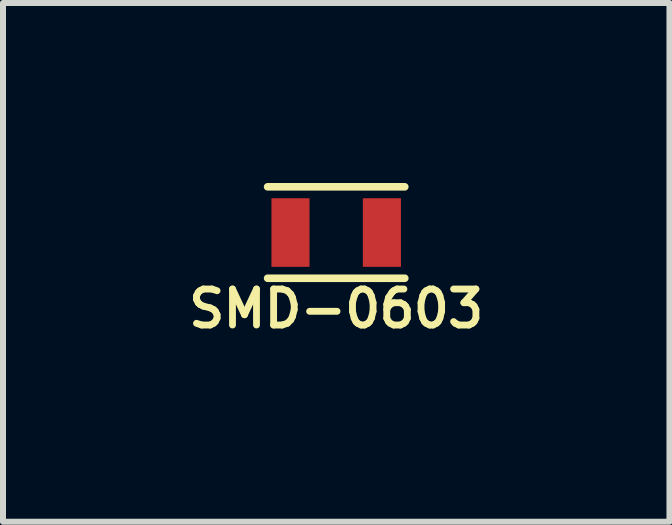
<source format=kicad_pcb>
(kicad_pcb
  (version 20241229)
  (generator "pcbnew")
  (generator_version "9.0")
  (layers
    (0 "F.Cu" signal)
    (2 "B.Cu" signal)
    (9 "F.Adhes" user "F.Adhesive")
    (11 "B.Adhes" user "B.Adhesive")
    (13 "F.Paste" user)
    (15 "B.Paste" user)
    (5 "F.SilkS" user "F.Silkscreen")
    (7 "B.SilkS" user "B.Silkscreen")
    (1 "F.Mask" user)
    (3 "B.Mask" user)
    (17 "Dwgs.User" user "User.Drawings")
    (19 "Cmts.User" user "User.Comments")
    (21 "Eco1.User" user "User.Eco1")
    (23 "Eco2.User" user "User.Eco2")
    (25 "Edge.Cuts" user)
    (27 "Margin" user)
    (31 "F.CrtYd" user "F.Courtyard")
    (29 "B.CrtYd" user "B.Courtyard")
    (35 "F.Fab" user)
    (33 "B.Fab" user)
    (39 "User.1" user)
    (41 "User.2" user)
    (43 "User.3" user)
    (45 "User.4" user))
  (footprint "SMD-0603"
    (layer "F.Cu")
    (at 2.554 0.826)
    (property "Reference" "SMD-0603" (at 0 1.27 0) (layer "F.SilkS") (effects (font (size 0.6 0.6) (thickness 0.114))))
    (attr smd)
    (fp_line (start -1.143 -0.762) (end 1.143 -0.762) (stroke (width 0.127) (type solid)) (layer "F.SilkS"))
    (fp_line (start 1.143 0.762) (end -1.143 0.762) (stroke (width 0.127) (type solid)) (layer "F.SilkS"))
    (pad "1" smd rect (at -0.762 0) (size 0.635 1.143) (layers "F.Cu" "F.Mask" "F.Paste"))
    (pad "2" smd rect (at 0.762 0) (size 0.635 1.143) (layers "F.Cu" "F.Mask" "F.Paste")))
  (gr_rect
    (start -3 -3)
    (end 8.109 5.647)
    (stroke (width 0.1) (type default))
    (fill no)
    (layer "Edge.Cuts")))
</source>
